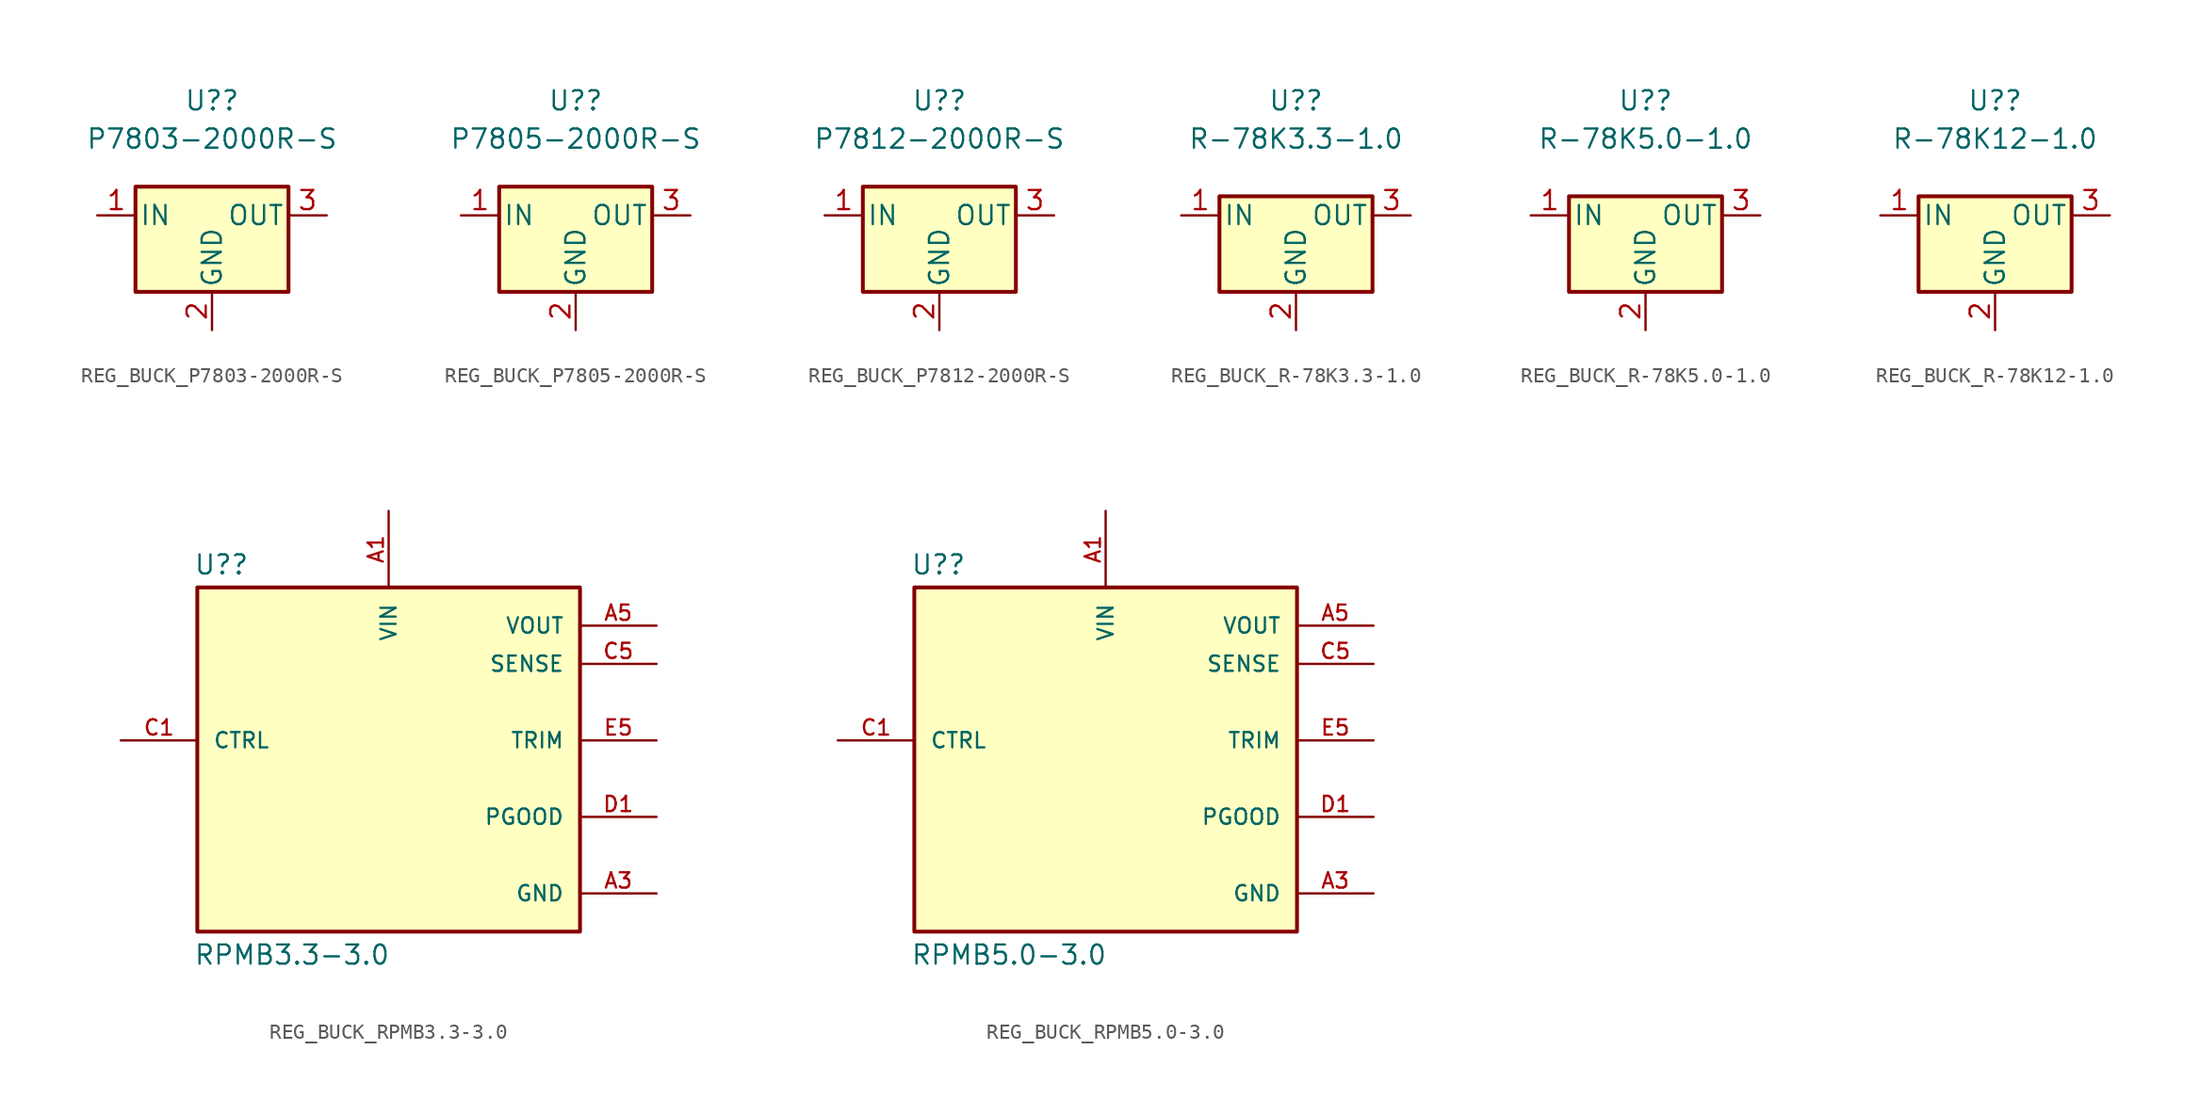
<source format=kicad_sym>
(kicad_symbol_lib
  (version 20231120)
  (generator "kicad_symbol_editor")
  (generator_version "8.0")
  (symbol "REG_BUCK_P7803-2000R-S"
    (pin_names
      (offset 0.254))
    (property "Reference" "U?"
      (at 0 7.62 0)
      (effects (font (size 1.27 1.27))))
    (property "Value" " P7803-2000R-S"
      (at 0 5.08 0)
      (effects (font (size 1.27 1.27))))
    (symbol "REG_BUCK_P7803-2000R-S_0_1"
      (rectangle (start -5.08 1.905) (end 5.08 -5.08) (stroke (width 0.254) (type default)) (fill (type background))))
    (symbol "REG_BUCK_P7803-2000R-S_1_1"
      (pin power_in line (at -7.62 0 0) (length 2.54) (name "IN" (effects (font (size 1.27 1.27)))) (number "1" (effects (font (size 1.27 1.27)))))
      (pin power_in line (at 0 -7.62 90) (length 2.54) (name "GND" (effects (font (size 1.27 1.27)))) (number "2" (effects (font (size 1.27 1.27)))))
      (pin power_out line (at 7.62 0 180) (length 2.54) (name "OUT" (effects (font (size 1.27 1.27)))) (number "3" (effects (font (size 1.27 1.27)))))))
  (symbol "REG_BUCK_P7805-2000R-S"
    (pin_names
      (offset 0.254))
    (property "Reference" "U?"
      (at 0 7.62 0)
      (effects (font (size 1.27 1.27))))
    (property "Value" " P7805-2000R-S"
      (at 0 5.08 0)
      (effects (font (size 1.27 1.27))))
    (symbol "REG_BUCK_P7805-2000R-S_0_1"
      (rectangle (start -5.08 1.905) (end 5.08 -5.08) (stroke (width 0.254) (type default)) (fill (type background))))
    (symbol "REG_BUCK_P7805-2000R-S_1_1"
      (pin power_in line (at -7.62 0 0) (length 2.54) (name "IN" (effects (font (size 1.27 1.27)))) (number "1" (effects (font (size 1.27 1.27)))))
      (pin power_in line (at 0 -7.62 90) (length 2.54) (name "GND" (effects (font (size 1.27 1.27)))) (number "2" (effects (font (size 1.27 1.27)))))
      (pin power_out line (at 7.62 0 180) (length 2.54) (name "OUT" (effects (font (size 1.27 1.27)))) (number "3" (effects (font (size 1.27 1.27)))))))
  (symbol "REG_BUCK_P7812-2000R-S"
    (pin_names
      (offset 0.254))
    (property "Reference" "U?"
      (at 0 7.62 0)
      (effects (font (size 1.27 1.27))))
    (property "Value" "P7812-2000R-S"
      (at 0 5.08 0)
      (effects (font (size 1.27 1.27))))
    (symbol "REG_BUCK_P7812-2000R-S_0_1"
      (rectangle (start -5.08 1.905) (end 5.08 -5.08) (stroke (width 0.254) (type default)) (fill (type background))))
    (symbol "REG_BUCK_P7812-2000R-S_1_1"
      (pin power_in line (at -7.62 0 0) (length 2.54) (name "IN" (effects (font (size 1.27 1.27)))) (number "1" (effects (font (size 1.27 1.27)))))
      (pin power_in line (at 0 -7.62 90) (length 2.54) (name "GND" (effects (font (size 1.27 1.27)))) (number "2" (effects (font (size 1.27 1.27)))))
      (pin power_out line (at 7.62 0 180) (length 2.54) (name "OUT" (effects (font (size 1.27 1.27)))) (number "3" (effects (font (size 1.27 1.27)))))))
  (symbol "REG_BUCK_R-78K3.3-1.0"
    (pin_names
      (offset 0.254))
    (property "Reference" "U?"
      (at 0 7.62 0)
      (effects (font (size 1.27 1.27))))
    (property "Value" "R-78K3.3-1.0"
      (at 0 5.08 0)
      (effects (font (size 1.27 1.27))))
    (symbol "REG_BUCK_R-78K3.3-1.0_0_1"
      (rectangle (start -5.08 1.27) (end 5.08 -5.08) (stroke (width 0.254) (type default)) (fill (type background))))
    (symbol "REG_BUCK_R-78K3.3-1.0_1_1"
      (pin power_in line (at -7.62 0 0) (length 2.54) (name "IN" (effects (font (size 1.27 1.27)))) (number "1" (effects (font (size 1.27 1.27)))))
      (pin power_in line (at 0 -7.62 90) (length 2.54) (name "GND" (effects (font (size 1.27 1.27)))) (number "2" (effects (font (size 1.27 1.27)))))
      (pin power_out line (at 7.62 0 180) (length 2.54) (name "OUT" (effects (font (size 1.27 1.27)))) (number "3" (effects (font (size 1.27 1.27)))))))
  (symbol "REG_BUCK_R-78K5.0-1.0"
    (pin_names
      (offset 0.254))
    (property "Reference" "U?"
      (at 0 7.62 0)
      (effects (font (size 1.27 1.27))))
    (property "Value" "R-78K5.0-1.0"
      (at 0 5.08 0)
      (effects (font (size 1.27 1.27))))
    (symbol "REG_BUCK_R-78K5.0-1.0_0_1"
      (rectangle (start -5.08 1.27) (end 5.08 -5.08) (stroke (width 0.254) (type default)) (fill (type background))))
    (symbol "REG_BUCK_R-78K5.0-1.0_1_1"
      (pin power_in line (at -7.62 0 0) (length 2.54) (name "IN" (effects (font (size 1.27 1.27)))) (number "1" (effects (font (size 1.27 1.27)))))
      (pin power_in line (at 0 -7.62 90) (length 2.54) (name "GND" (effects (font (size 1.27 1.27)))) (number "2" (effects (font (size 1.27 1.27)))))
      (pin power_out line (at 7.62 0 180) (length 2.54) (name "OUT" (effects (font (size 1.27 1.27)))) (number "3" (effects (font (size 1.27 1.27)))))))
  (symbol "REG_BUCK_R-78K12-1.0"
    (pin_names
      (offset 0.254))
    (property "Reference" "U?"
      (at 0 7.62 0)
      (effects (font (size 1.27 1.27))))
    (property "Value" "R-78K12-1.0"
      (at 0 5.08 0)
      (effects (font (size 1.27 1.27))))
    (symbol "REG_BUCK_R-78K12-1.0_0_1"
      (rectangle (start -5.08 1.27) (end 5.08 -5.08) (stroke (width 0.254) (type default)) (fill (type background))))
    (symbol "REG_BUCK_R-78K12-1.0_1_1"
      (pin power_in line (at -7.62 0 0) (length 2.54) (name "IN" (effects (font (size 1.27 1.27)))) (number "1" (effects (font (size 1.27 1.27)))))
      (pin power_in line (at 0 -7.62 90) (length 2.54) (name "GND" (effects (font (size 1.27 1.27)))) (number "2" (effects (font (size 1.27 1.27)))))
      (pin power_out line (at 7.62 0 180) (length 2.54) (name "OUT" (effects (font (size 1.27 1.27)))) (number "3" (effects (font (size 1.27 1.27)))))))
  (symbol "REG_BUCK_RPMB3.3-3.0"
    (pin_names
      (offset 1.016))
    (property "Reference" "U?"
      (at -12.954 13.462 0)
      (effects (font (size 1.27 1.27)) (justify left bottom)))
    (property "Value" "RPMB3.3-3.0"
      (at -12.954 -12.446 0)
      (effects (font (size 1.27 1.27)) (justify left bottom)))
    (symbol "REG_BUCK_RPMB3.3-3.0_0_0"
      (rectangle (start -12.7 -10.16) (end 12.7 12.7) (stroke (width 0.254) (type default)) (fill (type background)))
      (pin input line (at 0 17.78 270) (length 5.08) (name "VIN" (effects (font (size 1.016 1.016)))) (number "A1" (effects (font (size 1.016 1.016)))))
      (pin power_in line (at 17.78 -7.62 180) (length 5.08) (name "GND" (effects (font (size 1.016 1.016)))) (number "A3" (effects (font (size 1.016 1.016)))))
      (pin power_in line (at 17.78 -7.62 180) (length 5.08) hide (name "GND" (effects (font (size 1.016 1.016)))) (number "A4" (effects (font (size 1.016 1.016)))))
      (pin output line (at 17.78 10.16 180) (length 5.08) (name "VOUT" (effects (font (size 1.016 1.016)))) (number "A5" (effects (font (size 1.016 1.016)))))
      (pin power_in line (at 17.78 -7.62 180) (length 5.08) hide (name "GND" (effects (font (size 1.016 1.016)))) (number "B1" (effects (font (size 1.016 1.016)))))
      (pin power_in line (at 17.78 -7.62 180) (length 5.08) hide (name "GND" (effects (font (size 1.016 1.016)))) (number "B2" (effects (font (size 1.016 1.016)))))
      (pin power_in line (at 17.78 -7.62 180) (length 5.08) hide (name "GND" (effects (font (size 1.016 1.016)))) (number "B3" (effects (font (size 1.016 1.016)))))
      (pin power_in line (at 17.78 -7.62 180) (length 5.08) hide (name "GND" (effects (font (size 1.016 1.016)))) (number "B4" (effects (font (size 1.016 1.016)))))
      (pin output line (at 17.78 10.16 180) (length 5.08) hide (name "VOUT" (effects (font (size 1.016 1.016)))) (number "B5" (effects (font (size 1.016 1.016)))))
      (pin input line (at -17.78 2.54 0) (length 5.08) (name "CTRL" (effects (font (size 1.016 1.016)))) (number "C1" (effects (font (size 1.016 1.016)))))
      (pin power_in line (at 17.78 -7.62 180) (length 5.08) hide (name "GND" (effects (font (size 1.016 1.016)))) (number "C2" (effects (font (size 1.016 1.016)))))
      (pin power_in line (at 17.78 -7.62 180) (length 5.08) hide (name "GND" (effects (font (size 1.016 1.016)))) (number "C3" (effects (font (size 1.016 1.016)))))
      (pin power_in line (at 17.78 -7.62 180) (length 5.08) hide (name "GND" (effects (font (size 1.016 1.016)))) (number "C4" (effects (font (size 1.016 1.016)))))
      (pin input line (at 17.78 7.62 180) (length 5.08) (name "SENSE" (effects (font (size 1.016 1.016)))) (number "C5" (effects (font (size 1.016 1.016)))))
      (pin output line (at 17.78 -2.54 180) (length 5.08) (name "PGOOD" (effects (font (size 1.016 1.016)))) (number "D1" (effects (font (size 1.016 1.016)))))
      (pin power_in line (at 17.78 -7.62 180) (length 5.08) hide (name "GND" (effects (font (size 1.016 1.016)))) (number "D2" (effects (font (size 1.016 1.016)))))
      (pin power_in line (at 17.78 -7.62 180) (length 5.08) hide (name "GND" (effects (font (size 1.016 1.016)))) (number "D3" (effects (font (size 1.016 1.016)))))
      (pin power_in line (at 17.78 -7.62 180) (length 5.08) hide (name "GND" (effects (font (size 1.016 1.016)))) (number "D4" (effects (font (size 1.016 1.016)))))
      (pin power_in line (at 17.78 -7.62 180) (length 5.08) hide (name "GND" (effects (font (size 1.016 1.016)))) (number "D5" (effects (font (size 1.016 1.016)))))
      (pin power_in line (at 17.78 -7.62 180) (length 5.08) hide (name "GND" (effects (font (size 1.016 1.016)))) (number "E3" (effects (font (size 1.016 1.016)))))
      (pin power_in line (at 17.78 -7.62 180) (length 5.08) hide (name "GND" (effects (font (size 1.016 1.016)))) (number "E4" (effects (font (size 1.016 1.016)))))
      (pin passive line (at 17.78 2.54 180) (length 5.08) (name "TRIM" (effects (font (size 1.016 1.016)))) (number "E5" (effects (font (size 1.016 1.016))))))
    (symbol "REG_BUCK_RPMB3.3-3.0_1_0"
      (pin input line (at 0 17.78 270) (length 5.08) hide (name "VIN" (effects (font (size 1.016 1.016)))) (number "A2" (effects (font (size 1.016 1.016)))))
      (pin no_connect line (at -17.78 -2.54 0) (length 5.08) hide (name "NC" (effects (font (size 1.016 1.016)))) (number "E1" (effects (font (size 1.016 1.016)))))
      (pin no_connect line (at -17.78 -2.54 0) (length 5.08) hide (name "NC" (effects (font (size 1.016 1.016)))) (number "E2" (effects (font (size 1.016 1.016)))))))
  (symbol "REG_BUCK_RPMB5.0-3.0"
    (pin_names
      (offset 1.016))
    (property "Reference" "U?"
      (at -12.954 13.462 0)
      (effects (font (size 1.27 1.27)) (justify left bottom)))
    (property "Value" "RPMB5.0-3.0"
      (at -12.954 -12.446 0)
      (effects (font (size 1.27 1.27)) (justify left bottom)))
    (symbol "REG_BUCK_RPMB5.0-3.0_0_0"
      (rectangle (start -12.7 -10.16) (end 12.7 12.7) (stroke (width 0.254) (type default)) (fill (type background)))
      (pin input line (at 0 17.78 270) (length 5.08) (name "VIN" (effects (font (size 1.016 1.016)))) (number "A1" (effects (font (size 1.016 1.016)))))
      (pin power_in line (at 17.78 -7.62 180) (length 5.08) (name "GND" (effects (font (size 1.016 1.016)))) (number "A3" (effects (font (size 1.016 1.016)))))
      (pin power_in line (at 17.78 -7.62 180) (length 5.08) hide (name "GND" (effects (font (size 1.016 1.016)))) (number "A4" (effects (font (size 1.016 1.016)))))
      (pin output line (at 17.78 10.16 180) (length 5.08) (name "VOUT" (effects (font (size 1.016 1.016)))) (number "A5" (effects (font (size 1.016 1.016)))))
      (pin power_in line (at 17.78 -7.62 180) (length 5.08) hide (name "GND" (effects (font (size 1.016 1.016)))) (number "B1" (effects (font (size 1.016 1.016)))))
      (pin power_in line (at 17.78 -7.62 180) (length 5.08) hide (name "GND" (effects (font (size 1.016 1.016)))) (number "B2" (effects (font (size 1.016 1.016)))))
      (pin power_in line (at 17.78 -7.62 180) (length 5.08) hide (name "GND" (effects (font (size 1.016 1.016)))) (number "B3" (effects (font (size 1.016 1.016)))))
      (pin power_in line (at 17.78 -7.62 180) (length 5.08) hide (name "GND" (effects (font (size 1.016 1.016)))) (number "B4" (effects (font (size 1.016 1.016)))))
      (pin output line (at 17.78 10.16 180) (length 5.08) hide (name "VOUT" (effects (font (size 1.016 1.016)))) (number "B5" (effects (font (size 1.016 1.016)))))
      (pin input line (at -17.78 2.54 0) (length 5.08) (name "CTRL" (effects (font (size 1.016 1.016)))) (number "C1" (effects (font (size 1.016 1.016)))))
      (pin power_in line (at 17.78 -7.62 180) (length 5.08) hide (name "GND" (effects (font (size 1.016 1.016)))) (number "C2" (effects (font (size 1.016 1.016)))))
      (pin power_in line (at 17.78 -7.62 180) (length 5.08) hide (name "GND" (effects (font (size 1.016 1.016)))) (number "C3" (effects (font (size 1.016 1.016)))))
      (pin power_in line (at 17.78 -7.62 180) (length 5.08) hide (name "GND" (effects (font (size 1.016 1.016)))) (number "C4" (effects (font (size 1.016 1.016)))))
      (pin input line (at 17.78 7.62 180) (length 5.08) (name "SENSE" (effects (font (size 1.016 1.016)))) (number "C5" (effects (font (size 1.016 1.016)))))
      (pin output line (at 17.78 -2.54 180) (length 5.08) (name "PGOOD" (effects (font (size 1.016 1.016)))) (number "D1" (effects (font (size 1.016 1.016)))))
      (pin power_in line (at 17.78 -7.62 180) (length 5.08) hide (name "GND" (effects (font (size 1.016 1.016)))) (number "D2" (effects (font (size 1.016 1.016)))))
      (pin power_in line (at 17.78 -7.62 180) (length 5.08) hide (name "GND" (effects (font (size 1.016 1.016)))) (number "D3" (effects (font (size 1.016 1.016)))))
      (pin power_in line (at 17.78 -7.62 180) (length 5.08) hide (name "GND" (effects (font (size 1.016 1.016)))) (number "D4" (effects (font (size 1.016 1.016)))))
      (pin power_in line (at 17.78 -7.62 180) (length 5.08) hide (name "GND" (effects (font (size 1.016 1.016)))) (number "D5" (effects (font (size 1.016 1.016)))))
      (pin power_in line (at 17.78 -7.62 180) (length 5.08) hide (name "GND" (effects (font (size 1.016 1.016)))) (number "E3" (effects (font (size 1.016 1.016)))))
      (pin power_in line (at 17.78 -7.62 180) (length 5.08) hide (name "GND" (effects (font (size 1.016 1.016)))) (number "E4" (effects (font (size 1.016 1.016)))))
      (pin passive line (at 17.78 2.54 180) (length 5.08) (name "TRIM" (effects (font (size 1.016 1.016)))) (number "E5" (effects (font (size 1.016 1.016))))))
    (symbol "REG_BUCK_RPMB5.0-3.0_1_0"
      (pin input line (at 0 17.78 270) (length 5.08) hide (name "VIN" (effects (font (size 1.016 1.016)))) (number "A2" (effects (font (size 1.016 1.016)))))
      (pin no_connect line (at -17.78 -2.54 0) (length 5.08) hide (name "NC" (effects (font (size 1.016 1.016)))) (number "E1" (effects (font (size 1.016 1.016)))))
      (pin no_connect line (at -17.78 -2.54 0) (length 5.08) hide (name "NC" (effects (font (size 1.016 1.016)))) (number "E2" (effects (font (size 1.016 1.016))))))))
</source>
